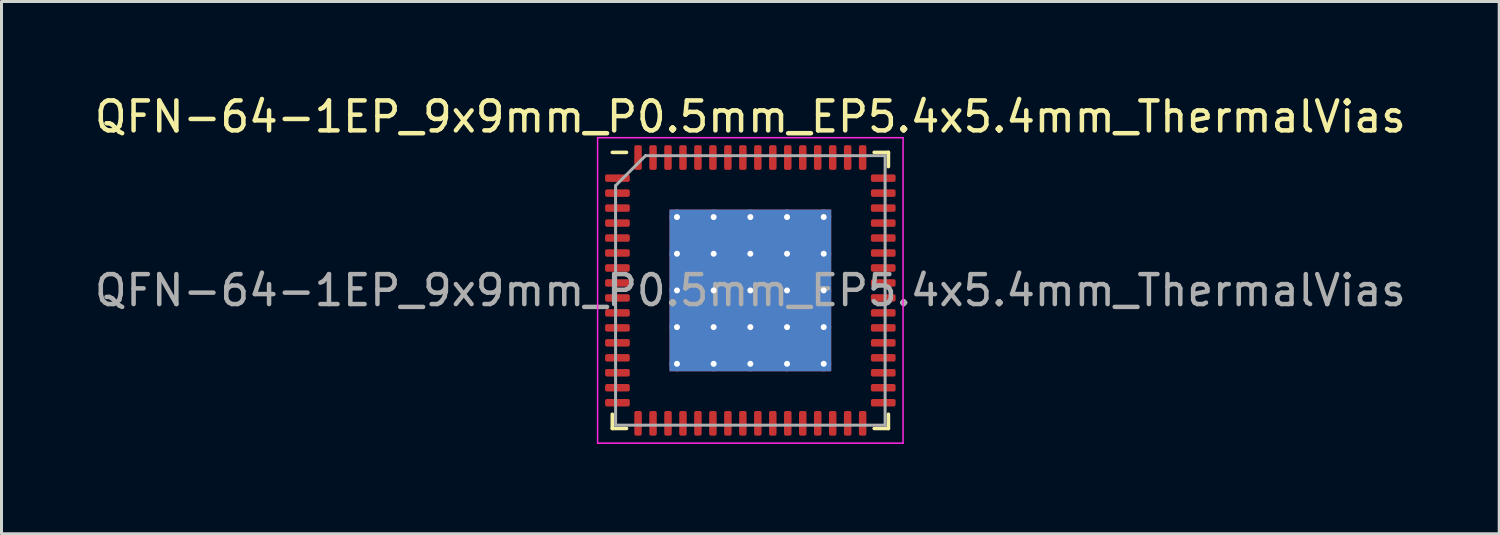
<source format=kicad_pcb>
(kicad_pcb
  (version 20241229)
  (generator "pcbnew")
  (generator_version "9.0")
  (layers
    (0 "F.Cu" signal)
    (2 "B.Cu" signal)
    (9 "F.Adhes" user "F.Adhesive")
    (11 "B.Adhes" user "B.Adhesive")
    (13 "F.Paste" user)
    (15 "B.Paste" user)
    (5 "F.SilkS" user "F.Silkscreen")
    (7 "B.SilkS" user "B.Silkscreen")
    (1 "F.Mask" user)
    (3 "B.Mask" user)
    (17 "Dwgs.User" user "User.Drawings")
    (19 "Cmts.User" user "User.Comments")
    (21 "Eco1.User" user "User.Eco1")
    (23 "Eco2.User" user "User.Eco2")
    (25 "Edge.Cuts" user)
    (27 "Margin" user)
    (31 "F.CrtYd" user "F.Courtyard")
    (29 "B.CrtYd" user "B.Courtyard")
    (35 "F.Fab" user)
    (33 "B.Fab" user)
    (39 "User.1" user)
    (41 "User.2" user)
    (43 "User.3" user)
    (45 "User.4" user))
  (footprint "QFN-64-1EP_9x9mm_P0.5mm_EP5.4x5.4mm_ThermalVias"
    (layer "F.Cu")
    (at 22.006 6.648)
    (property "Reference" "QFN-64-1EP_9x9mm_P0.5mm_EP5.4x5.4mm_ThermalVias" (at 0 -5.8 0) (layer "F.SilkS") (effects (font (size 1 1) (thickness 0.15))))
    (attr smd)
    (fp_line (start -4.61 4.61) (end -4.61 4.135) (stroke (width 0.12) (type solid)) (layer "F.SilkS"))
    (fp_line (start -4.135 -4.61) (end -4.61 -4.61) (stroke (width 0.12) (type solid)) (layer "F.SilkS"))
    (fp_line (start -4.135 4.61) (end -4.61 4.61) (stroke (width 0.12) (type solid)) (layer "F.SilkS"))
    (fp_line (start 4.135 -4.61) (end 4.61 -4.61) (stroke (width 0.12) (type solid)) (layer "F.SilkS"))
    (fp_line (start 4.135 4.61) (end 4.61 4.61) (stroke (width 0.12) (type solid)) (layer "F.SilkS"))
    (fp_line (start 4.61 -4.61) (end 4.61 -4.135) (stroke (width 0.12) (type solid)) (layer "F.SilkS"))
    (fp_line (start 4.61 4.61) (end 4.61 4.135) (stroke (width 0.12) (type solid)) (layer "F.SilkS"))
    (fp_line (start -5.1 -5.1) (end -5.1 5.1) (stroke (width 0.05) (type solid)) (layer "F.CrtYd"))
    (fp_line (start -5.1 5.1) (end 5.1 5.1) (stroke (width 0.05) (type solid)) (layer "F.CrtYd"))
    (fp_line (start 5.1 -5.1) (end -5.1 -5.1) (stroke (width 0.05) (type solid)) (layer "F.CrtYd"))
    (fp_line (start 5.1 5.1) (end 5.1 -5.1) (stroke (width 0.05) (type solid)) (layer "F.CrtYd"))
    (fp_line (start -4.5 -3.5) (end -3.5 -4.5) (stroke (width 0.1) (type solid)) (layer "F.Fab"))
    (fp_line (start -4.5 4.5) (end -4.5 -3.5) (stroke (width 0.1) (type solid)) (layer "F.Fab"))
    (fp_line (start -3.5 -4.5) (end 4.5 -4.5) (stroke (width 0.1) (type solid)) (layer "F.Fab"))
    (fp_line (start 4.5 -4.5) (end 4.5 4.5) (stroke (width 0.1) (type solid)) (layer "F.Fab"))
    (fp_line (start 4.5 4.5) (end -4.5 4.5) (stroke (width 0.1) (type solid)) (layer "F.Fab"))
    (fp_text user "${REFERENCE}" (at 0 0 0) (layer "F.Fab") (effects (font (size 1 1) (thickness 0.15))))
    (pad "" smd roundrect (at -1.837 -1.837) (size 1.088 1.088) (layers "F.Paste") (roundrect_rratio 0.23))
    (pad "" smd roundrect (at -1.837 -0.613) (size 1.088 1.088) (layers "F.Paste") (roundrect_rratio 0.23))
    (pad "" smd roundrect (at -1.837 0.613) (size 1.088 1.088) (layers "F.Paste") (roundrect_rratio 0.23))
    (pad "" smd roundrect (at -1.837 1.837) (size 1.088 1.088) (layers "F.Paste") (roundrect_rratio 0.23))
    (pad "" smd roundrect (at -0.613 -1.837) (size 1.088 1.088) (layers "F.Paste") (roundrect_rratio 0.23))
    (pad "" smd roundrect (at -0.613 -0.613) (size 1.088 1.088) (layers "F.Paste") (roundrect_rratio 0.23))
    (pad "" smd roundrect (at -0.613 0.613) (size 1.088 1.088) (layers "F.Paste") (roundrect_rratio 0.23))
    (pad "" smd roundrect (at -0.613 1.837) (size 1.088 1.088) (layers "F.Paste") (roundrect_rratio 0.23))
    (pad "" smd roundrect (at 0.613 -1.837) (size 1.088 1.088) (layers "F.Paste") (roundrect_rratio 0.23))
    (pad "" smd roundrect (at 0.613 -0.613) (size 1.088 1.088) (layers "F.Paste") (roundrect_rratio 0.23))
    (pad "" smd roundrect (at 0.613 0.613) (size 1.088 1.088) (layers "F.Paste") (roundrect_rratio 0.23))
    (pad "" smd roundrect (at 0.613 1.837) (size 1.088 1.088) (layers "F.Paste") (roundrect_rratio 0.23))
    (pad "" smd roundrect (at 1.837 -1.837) (size 1.088 1.088) (layers "F.Paste") (roundrect_rratio 0.23))
    (pad "" smd roundrect (at 1.837 -0.613) (size 1.088 1.088) (layers "F.Paste") (roundrect_rratio 0.23))
    (pad "" smd roundrect (at 1.837 0.613) (size 1.088 1.088) (layers "F.Paste") (roundrect_rratio 0.23))
    (pad "" smd roundrect (at 1.837 1.837) (size 1.088 1.088) (layers "F.Paste") (roundrect_rratio 0.23))
    (pad "1" smd roundrect (at -4.438 -3.75) (size 0.825 0.25) (layers "F.Cu" "F.Mask" "F.Paste") (roundrect_rratio 0.25))
    (pad "2" smd roundrect (at -4.438 -3.25) (size 0.825 0.25) (layers "F.Cu" "F.Mask" "F.Paste") (roundrect_rratio 0.25))
    (pad "3" smd roundrect (at -4.438 -2.75) (size 0.825 0.25) (layers "F.Cu" "F.Mask" "F.Paste") (roundrect_rratio 0.25))
    (pad "4" smd roundrect (at -4.438 -2.25) (size 0.825 0.25) (layers "F.Cu" "F.Mask" "F.Paste") (roundrect_rratio 0.25))
    (pad "5" smd roundrect (at -4.438 -1.75) (size 0.825 0.25) (layers "F.Cu" "F.Mask" "F.Paste") (roundrect_rratio 0.25))
    (pad "6" smd roundrect (at -4.438 -1.25) (size 0.825 0.25) (layers "F.Cu" "F.Mask" "F.Paste") (roundrect_rratio 0.25))
    (pad "7" smd roundrect (at -4.438 -0.75) (size 0.825 0.25) (layers "F.Cu" "F.Mask" "F.Paste") (roundrect_rratio 0.25))
    (pad "8" smd roundrect (at -4.438 -0.25) (size 0.825 0.25) (layers "F.Cu" "F.Mask" "F.Paste") (roundrect_rratio 0.25))
    (pad "9" smd roundrect (at -4.438 0.25) (size 0.825 0.25) (layers "F.Cu" "F.Mask" "F.Paste") (roundrect_rratio 0.25))
    (pad "10" smd roundrect (at -4.438 0.75) (size 0.825 0.25) (layers "F.Cu" "F.Mask" "F.Paste") (roundrect_rratio 0.25))
    (pad "11" smd roundrect (at -4.438 1.25) (size 0.825 0.25) (layers "F.Cu" "F.Mask" "F.Paste") (roundrect_rratio 0.25))
    (pad "12" smd roundrect (at -4.438 1.75) (size 0.825 0.25) (layers "F.Cu" "F.Mask" "F.Paste") (roundrect_rratio 0.25))
    (pad "13" smd roundrect (at -4.438 2.25) (size 0.825 0.25) (layers "F.Cu" "F.Mask" "F.Paste") (roundrect_rratio 0.25))
    (pad "14" smd roundrect (at -4.438 2.75) (size 0.825 0.25) (layers "F.Cu" "F.Mask" "F.Paste") (roundrect_rratio 0.25))
    (pad "15" smd roundrect (at -4.438 3.25) (size 0.825 0.25) (layers "F.Cu" "F.Mask" "F.Paste") (roundrect_rratio 0.25))
    (pad "16" smd roundrect (at -4.438 3.75) (size 0.825 0.25) (layers "F.Cu" "F.Mask" "F.Paste") (roundrect_rratio 0.25))
    (pad "17" smd roundrect (at -3.75 4.438) (size 0.25 0.825) (layers "F.Cu" "F.Mask" "F.Paste") (roundrect_rratio 0.25))
    (pad "18" smd roundrect (at -3.25 4.438) (size 0.25 0.825) (layers "F.Cu" "F.Mask" "F.Paste") (roundrect_rratio 0.25))
    (pad "19" smd roundrect (at -2.75 4.438) (size 0.25 0.825) (layers "F.Cu" "F.Mask" "F.Paste") (roundrect_rratio 0.25))
    (pad "20" smd roundrect (at -2.25 4.438) (size 0.25 0.825) (layers "F.Cu" "F.Mask" "F.Paste") (roundrect_rratio 0.25))
    (pad "21" smd roundrect (at -1.75 4.438) (size 0.25 0.825) (layers "F.Cu" "F.Mask" "F.Paste") (roundrect_rratio 0.25))
    (pad "22" smd roundrect (at -1.25 4.438) (size 0.25 0.825) (layers "F.Cu" "F.Mask" "F.Paste") (roundrect_rratio 0.25))
    (pad "23" smd roundrect (at -0.75 4.438) (size 0.25 0.825) (layers "F.Cu" "F.Mask" "F.Paste") (roundrect_rratio 0.25))
    (pad "24" smd roundrect (at -0.25 4.438) (size 0.25 0.825) (layers "F.Cu" "F.Mask" "F.Paste") (roundrect_rratio 0.25))
    (pad "25" smd roundrect (at 0.25 4.438) (size 0.25 0.825) (layers "F.Cu" "F.Mask" "F.Paste") (roundrect_rratio 0.25))
    (pad "26" smd roundrect (at 0.75 4.438) (size 0.25 0.825) (layers "F.Cu" "F.Mask" "F.Paste") (roundrect_rratio 0.25))
    (pad "27" smd roundrect (at 1.25 4.438) (size 0.25 0.825) (layers "F.Cu" "F.Mask" "F.Paste") (roundrect_rratio 0.25))
    (pad "28" smd roundrect (at 1.75 4.438) (size 0.25 0.825) (layers "F.Cu" "F.Mask" "F.Paste") (roundrect_rratio 0.25))
    (pad "29" smd roundrect (at 2.25 4.438) (size 0.25 0.825) (layers "F.Cu" "F.Mask" "F.Paste") (roundrect_rratio 0.25))
    (pad "30" smd roundrect (at 2.75 4.438) (size 0.25 0.825) (layers "F.Cu" "F.Mask" "F.Paste") (roundrect_rratio 0.25))
    (pad "31" smd roundrect (at 3.25 4.438) (size 0.25 0.825) (layers "F.Cu" "F.Mask" "F.Paste") (roundrect_rratio 0.25))
    (pad "32" smd roundrect (at 3.75 4.438) (size 0.25 0.825) (layers "F.Cu" "F.Mask" "F.Paste") (roundrect_rratio 0.25))
    (pad "33" smd roundrect (at 4.438 3.75) (size 0.825 0.25) (layers "F.Cu" "F.Mask" "F.Paste") (roundrect_rratio 0.25))
    (pad "34" smd roundrect (at 4.438 3.25) (size 0.825 0.25) (layers "F.Cu" "F.Mask" "F.Paste") (roundrect_rratio 0.25))
    (pad "35" smd roundrect (at 4.438 2.75) (size 0.825 0.25) (layers "F.Cu" "F.Mask" "F.Paste") (roundrect_rratio 0.25))
    (pad "36" smd roundrect (at 4.438 2.25) (size 0.825 0.25) (layers "F.Cu" "F.Mask" "F.Paste") (roundrect_rratio 0.25))
    (pad "37" smd roundrect (at 4.438 1.75) (size 0.825 0.25) (layers "F.Cu" "F.Mask" "F.Paste") (roundrect_rratio 0.25))
    (pad "38" smd roundrect (at 4.438 1.25) (size 0.825 0.25) (layers "F.Cu" "F.Mask" "F.Paste") (roundrect_rratio 0.25))
    (pad "39" smd roundrect (at 4.438 0.75) (size 0.825 0.25) (layers "F.Cu" "F.Mask" "F.Paste") (roundrect_rratio 0.25))
    (pad "40" smd roundrect (at 4.438 0.25) (size 0.825 0.25) (layers "F.Cu" "F.Mask" "F.Paste") (roundrect_rratio 0.25))
    (pad "41" smd roundrect (at 4.438 -0.25) (size 0.825 0.25) (layers "F.Cu" "F.Mask" "F.Paste") (roundrect_rratio 0.25))
    (pad "42" smd roundrect (at 4.438 -0.75) (size 0.825 0.25) (layers "F.Cu" "F.Mask" "F.Paste") (roundrect_rratio 0.25))
    (pad "43" smd roundrect (at 4.438 -1.25) (size 0.825 0.25) (layers "F.Cu" "F.Mask" "F.Paste") (roundrect_rratio 0.25))
    (pad "44" smd roundrect (at 4.438 -1.75) (size 0.825 0.25) (layers "F.Cu" "F.Mask" "F.Paste") (roundrect_rratio 0.25))
    (pad "45" smd roundrect (at 4.438 -2.25) (size 0.825 0.25) (layers "F.Cu" "F.Mask" "F.Paste") (roundrect_rratio 0.25))
    (pad "46" smd roundrect (at 4.438 -2.75) (size 0.825 0.25) (layers "F.Cu" "F.Mask" "F.Paste") (roundrect_rratio 0.25))
    (pad "47" smd roundrect (at 4.438 -3.25) (size 0.825 0.25) (layers "F.Cu" "F.Mask" "F.Paste") (roundrect_rratio 0.25))
    (pad "48" smd roundrect (at 4.438 -3.75) (size 0.825 0.25) (layers "F.Cu" "F.Mask" "F.Paste") (roundrect_rratio 0.25))
    (pad "49" smd roundrect (at 3.75 -4.438) (size 0.25 0.825) (layers "F.Cu" "F.Mask" "F.Paste") (roundrect_rratio 0.25))
    (pad "50" smd roundrect (at 3.25 -4.438) (size 0.25 0.825) (layers "F.Cu" "F.Mask" "F.Paste") (roundrect_rratio 0.25))
    (pad "51" smd roundrect (at 2.75 -4.438) (size 0.25 0.825) (layers "F.Cu" "F.Mask" "F.Paste") (roundrect_rratio 0.25))
    (pad "52" smd roundrect (at 2.25 -4.438) (size 0.25 0.825) (layers "F.Cu" "F.Mask" "F.Paste") (roundrect_rratio 0.25))
    (pad "53" smd roundrect (at 1.75 -4.438) (size 0.25 0.825) (layers "F.Cu" "F.Mask" "F.Paste") (roundrect_rratio 0.25))
    (pad "54" smd roundrect (at 1.25 -4.438) (size 0.25 0.825) (layers "F.Cu" "F.Mask" "F.Paste") (roundrect_rratio 0.25))
    (pad "55" smd roundrect (at 0.75 -4.438) (size 0.25 0.825) (layers "F.Cu" "F.Mask" "F.Paste") (roundrect_rratio 0.25))
    (pad "56" smd roundrect (at 0.25 -4.438) (size 0.25 0.825) (layers "F.Cu" "F.Mask" "F.Paste") (roundrect_rratio 0.25))
    (pad "57" smd roundrect (at -0.25 -4.438) (size 0.25 0.825) (layers "F.Cu" "F.Mask" "F.Paste") (roundrect_rratio 0.25))
    (pad "58" smd roundrect (at -0.75 -4.438) (size 0.25 0.825) (layers "F.Cu" "F.Mask" "F.Paste") (roundrect_rratio 0.25))
    (pad "59" smd roundrect (at -1.25 -4.438) (size 0.25 0.825) (layers "F.Cu" "F.Mask" "F.Paste") (roundrect_rratio 0.25))
    (pad "60" smd roundrect (at -1.75 -4.438) (size 0.25 0.825) (layers "F.Cu" "F.Mask" "F.Paste") (roundrect_rratio 0.25))
    (pad "61" smd roundrect (at -2.25 -4.438) (size 0.25 0.825) (layers "F.Cu" "F.Mask" "F.Paste") (roundrect_rratio 0.25))
    (pad "62" smd roundrect (at -2.75 -4.438) (size 0.25 0.825) (layers "F.Cu" "F.Mask" "F.Paste") (roundrect_rratio 0.25))
    (pad "63" smd roundrect (at -3.25 -4.438) (size 0.25 0.825) (layers "F.Cu" "F.Mask" "F.Paste") (roundrect_rratio 0.25))
    (pad "64" smd roundrect (at -3.75 -4.438) (size 0.25 0.825) (layers "F.Cu" "F.Mask" "F.Paste") (roundrect_rratio 0.25))
    (pad "65" thru_hole circle (at -2.45 -2.45) (size 0.5 0.5) (drill 0.2) (layers "*.Cu"))
    (pad "65" thru_hole circle (at -2.45 -1.225) (size 0.5 0.5) (drill 0.2) (layers "*.Cu"))
    (pad "65" thru_hole circle (at -2.45 0) (size 0.5 0.5) (drill 0.2) (layers "*.Cu"))
    (pad "65" thru_hole circle (at -2.45 1.225) (size 0.5 0.5) (drill 0.2) (layers "*.Cu"))
    (pad "65" thru_hole circle (at -2.45 2.45) (size 0.5 0.5) (drill 0.2) (layers "*.Cu"))
    (pad "65" thru_hole circle (at -1.225 -2.45) (size 0.5 0.5) (drill 0.2) (layers "*.Cu"))
    (pad "65" thru_hole circle (at -1.225 -1.225) (size 0.5 0.5) (drill 0.2) (layers "*.Cu"))
    (pad "65" thru_hole circle (at -1.225 0) (size 0.5 0.5) (drill 0.2) (layers "*.Cu"))
    (pad "65" thru_hole circle (at -1.225 1.225) (size 0.5 0.5) (drill 0.2) (layers "*.Cu"))
    (pad "65" thru_hole circle (at -1.225 2.45) (size 0.5 0.5) (drill 0.2) (layers "*.Cu"))
    (pad "65" thru_hole circle (at 0 -2.45) (size 0.5 0.5) (drill 0.2) (layers "*.Cu"))
    (pad "65" thru_hole circle (at 0 -1.225) (size 0.5 0.5) (drill 0.2) (layers "*.Cu"))
    (pad "65" thru_hole circle (at 0 0) (size 0.5 0.5) (drill 0.2) (layers "*.Cu"))
    (pad "65" smd rect (at 0 0) (size 5.4 5.4) (layers "F.Cu" "F.Mask"))
    (pad "65" smd rect (at 0 0) (size 5.4 5.4) (layers "B.Cu"))
    (pad "65" thru_hole circle (at 0 1.225) (size 0.5 0.5) (drill 0.2) (layers "*.Cu"))
    (pad "65" thru_hole circle (at 0 2.45) (size 0.5 0.5) (drill 0.2) (layers "*.Cu"))
    (pad "65" thru_hole circle (at 1.225 -2.45) (size 0.5 0.5) (drill 0.2) (layers "*.Cu"))
    (pad "65" thru_hole circle (at 1.225 -1.225) (size 0.5 0.5) (drill 0.2) (layers "*.Cu"))
    (pad "65" thru_hole circle (at 1.225 0) (size 0.5 0.5) (drill 0.2) (layers "*.Cu"))
    (pad "65" thru_hole circle (at 1.225 1.225) (size 0.5 0.5) (drill 0.2) (layers "*.Cu"))
    (pad "65" thru_hole circle (at 1.225 2.45) (size 0.5 0.5) (drill 0.2) (layers "*.Cu"))
    (pad "65" thru_hole circle (at 2.45 -2.45) (size 0.5 0.5) (drill 0.2) (layers "*.Cu"))
    (pad "65" thru_hole circle (at 2.45 -1.225) (size 0.5 0.5) (drill 0.2) (layers "*.Cu"))
    (pad "65" thru_hole circle (at 2.45 0) (size 0.5 0.5) (drill 0.2) (layers "*.Cu"))
    (pad "65" thru_hole circle (at 2.45 1.225) (size 0.5 0.5) (drill 0.2) (layers "*.Cu"))
    (pad "65" thru_hole circle (at 2.45 2.45) (size 0.5 0.5) (drill 0.2) (layers "*.Cu")))
  (gr_rect
    (start -3 -3)
    (end 47.012 14.773)
    (stroke (width 0.1) (type default))
    (fill no)
    (layer "Edge.Cuts")))
</source>
